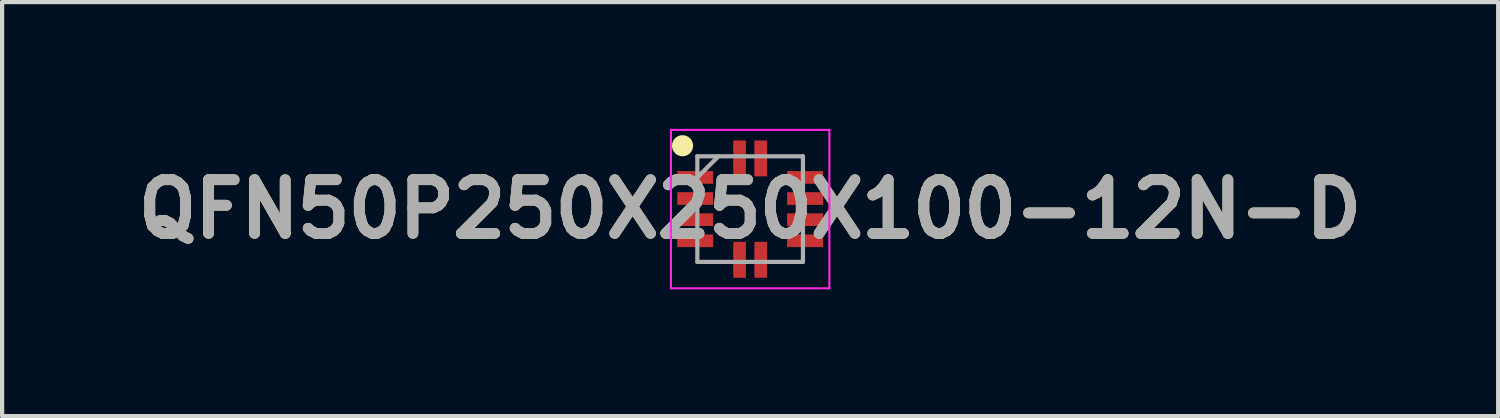
<source format=kicad_pcb>
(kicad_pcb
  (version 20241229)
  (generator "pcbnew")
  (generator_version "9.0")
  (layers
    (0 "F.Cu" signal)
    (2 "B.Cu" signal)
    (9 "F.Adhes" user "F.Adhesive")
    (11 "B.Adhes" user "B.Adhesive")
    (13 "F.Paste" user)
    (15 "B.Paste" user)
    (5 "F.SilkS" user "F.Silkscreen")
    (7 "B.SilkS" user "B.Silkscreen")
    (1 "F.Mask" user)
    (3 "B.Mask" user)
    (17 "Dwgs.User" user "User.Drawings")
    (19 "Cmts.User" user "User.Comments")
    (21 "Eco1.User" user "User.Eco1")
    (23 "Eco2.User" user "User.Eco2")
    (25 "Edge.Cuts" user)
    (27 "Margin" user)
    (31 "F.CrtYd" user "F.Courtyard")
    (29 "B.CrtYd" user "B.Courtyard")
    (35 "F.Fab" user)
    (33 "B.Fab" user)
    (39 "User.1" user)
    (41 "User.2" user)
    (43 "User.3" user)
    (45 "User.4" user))
  (footprint "QFN50P250X250X100-12N-D"
    (layer "F.Cu")
    (at 14.708 1.9)
    (property "Reference" "QFN50P250X250X100-12N-D" (at 0 0 0) (layer "F.SilkS") (effects (font (size 1.27 1.27) (thickness 0.254))))
    (attr smd)
    (fp_circle (center -1.6 -1.5) (end -1.6 -1.375) (stroke (width 0.25) (type solid)) (fill no) (layer "F.SilkS"))
    (fp_line (start -1.875 -1.875) (end 1.875 -1.875) (stroke (width 0.05) (type solid)) (layer "F.CrtYd"))
    (fp_line (start -1.875 1.875) (end -1.875 -1.875) (stroke (width 0.05) (type solid)) (layer "F.CrtYd"))
    (fp_line (start 1.875 -1.875) (end 1.875 1.875) (stroke (width 0.05) (type solid)) (layer "F.CrtYd"))
    (fp_line (start 1.875 1.875) (end -1.875 1.875) (stroke (width 0.05) (type solid)) (layer "F.CrtYd"))
    (fp_line (start -1.25 -1.25) (end 1.25 -1.25) (stroke (width 0.1) (type solid)) (layer "F.Fab"))
    (fp_line (start -1.25 -0.75) (end -0.75 -1.25) (stroke (width 0.1) (type solid)) (layer "F.Fab"))
    (fp_line (start -1.25 1.25) (end -1.25 -1.25) (stroke (width 0.1) (type solid)) (layer "F.Fab"))
    (fp_line (start 1.25 -1.25) (end 1.25 1.25) (stroke (width 0.1) (type solid)) (layer "F.Fab"))
    (fp_line (start 1.25 1.25) (end -1.25 1.25) (stroke (width 0.1) (type solid)) (layer "F.Fab"))
    (fp_text user "${REFERENCE}" (at 0 0 0) (layer "F.Fab") (effects (font (size 1.27 1.27) (thickness 0.254))))
    (pad "1" smd rect (at -1.3 -0.75 90) (size 0.3 0.85) (layers "F.Cu" "F.Mask" "F.Paste"))
    (pad "2" smd rect (at -1.3 -0.25 90) (size 0.3 0.85) (layers "F.Cu" "F.Mask" "F.Paste"))
    (pad "3" smd rect (at -1.3 0.25 90) (size 0.3 0.85) (layers "F.Cu" "F.Mask" "F.Paste"))
    (pad "4" smd rect (at -1.3 0.75 90) (size 0.3 0.85) (layers "F.Cu" "F.Mask" "F.Paste"))
    (pad "5" smd rect (at -0.25 1.2) (size 0.3 0.85) (layers "F.Cu" "F.Mask" "F.Paste"))
    (pad "6" smd rect (at 0.25 1.2) (size 0.3 0.85) (layers "F.Cu" "F.Mask" "F.Paste"))
    (pad "7" smd rect (at 1.3 0.75 90) (size 0.3 0.85) (layers "F.Cu" "F.Mask" "F.Paste"))
    (pad "8" smd rect (at 1.3 0.25 90) (size 0.3 0.85) (layers "F.Cu" "F.Mask" "F.Paste"))
    (pad "9" smd rect (at 1.3 -0.25 90) (size 0.3 0.85) (layers "F.Cu" "F.Mask" "F.Paste"))
    (pad "10" smd rect (at 1.3 -0.75 90) (size 0.3 0.85) (layers "F.Cu" "F.Mask" "F.Paste"))
    (pad "11" smd rect (at 0.25 -1.2) (size 0.3 0.85) (layers "F.Cu" "F.Mask" "F.Paste"))
    (pad "12" smd rect (at -0.25 -1.2) (size 0.3 0.85) (layers "F.Cu" "F.Mask" "F.Paste")))
  (gr_rect
    (start -3 -3)
    (end 32.416 6.8)
    (stroke (width 0.1) (type default))
    (fill no)
    (layer "Edge.Cuts")))
</source>
